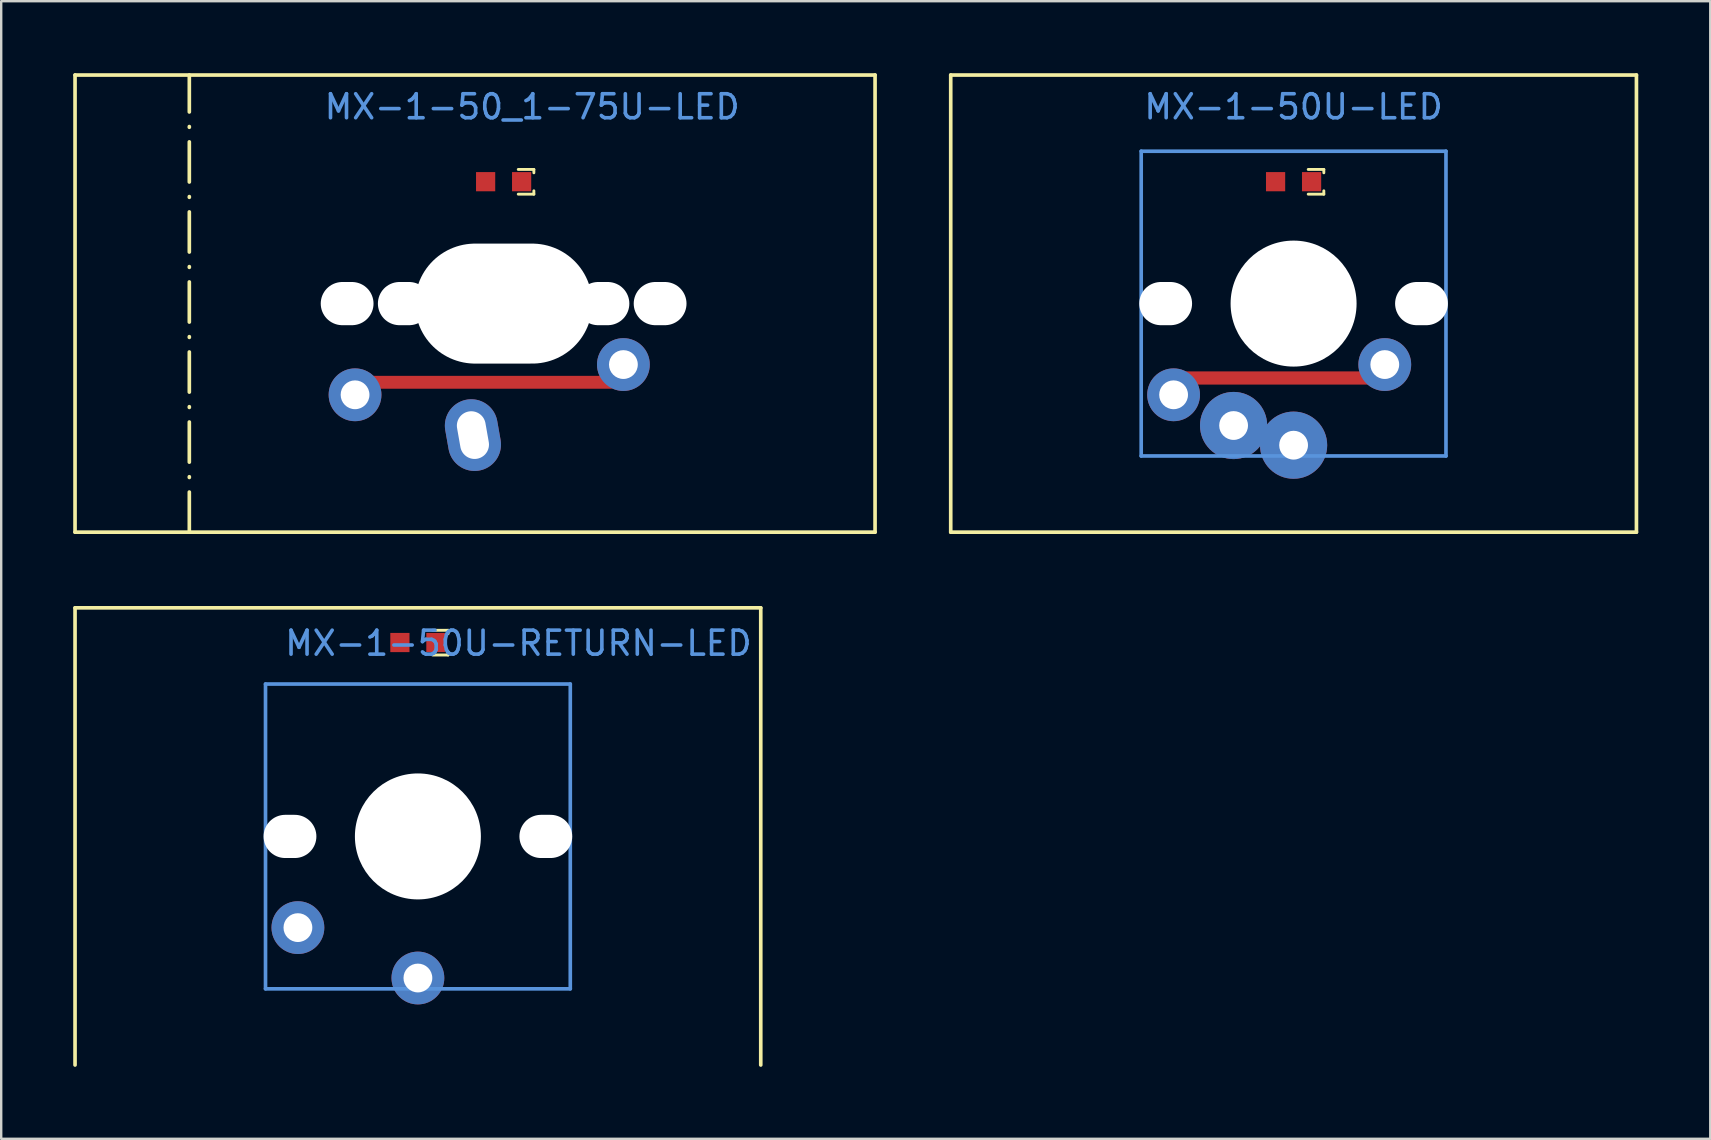
<source format=kicad_pcb>
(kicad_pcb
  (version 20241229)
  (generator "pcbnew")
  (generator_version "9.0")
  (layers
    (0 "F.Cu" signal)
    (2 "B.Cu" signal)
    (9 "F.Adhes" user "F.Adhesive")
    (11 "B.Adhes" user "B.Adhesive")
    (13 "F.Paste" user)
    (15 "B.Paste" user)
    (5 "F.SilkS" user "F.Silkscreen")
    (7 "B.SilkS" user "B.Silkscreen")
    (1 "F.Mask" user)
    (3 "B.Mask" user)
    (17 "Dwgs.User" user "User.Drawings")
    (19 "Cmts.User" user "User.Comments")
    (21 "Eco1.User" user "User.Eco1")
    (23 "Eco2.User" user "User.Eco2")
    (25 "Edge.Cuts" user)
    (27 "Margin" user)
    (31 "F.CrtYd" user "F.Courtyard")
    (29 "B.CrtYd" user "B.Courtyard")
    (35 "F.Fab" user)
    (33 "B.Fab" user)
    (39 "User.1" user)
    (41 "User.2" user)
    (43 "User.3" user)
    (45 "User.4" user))
  (footprint "MX-1-50_1-75U-LED"
    (layer "F.Cu")
    (at 17.936 4.521)
    (property "Reference" "MX-1-50_1-75U-LED" (at 1.191 -3.12 0) (layer "Cmts.User") (effects (font (size 1 1) (thickness 0.15))))
    (fp_line (start -17.859 -4.445) (end 15.478 -4.445) (stroke (width 0.152) (type solid)) (layer "F.SilkS"))
    (fp_line (start -17.859 14.605) (end -17.859 -4.445) (stroke (width 0.152) (type solid)) (layer "F.SilkS"))
    (fp_line (start -13.097 14.605) (end -13.097 -4.445) (stroke (width 0.152) (type dash_dot)) (layer "F.SilkS"))
    (fp_line (start 0.61 -0.51) (end 1.26 -0.51) (stroke (width 0.12) (type solid)) (layer "F.SilkS"))
    (fp_line (start 0.61 0.52) (end 1.26 0.52) (stroke (width 0.12) (type solid)) (layer "F.SilkS"))
    (fp_line (start 1.26 -0.51) (end 1.26 -0.37) (stroke (width 0.12) (type solid)) (layer "F.SilkS"))
    (fp_line (start 1.26 0.52) (end 1.26 0.38) (stroke (width 0.12) (type solid)) (layer "F.SilkS"))
    (fp_line (start 15.478 -4.445) (end 15.478 14.605) (stroke (width 0.152) (type solid)) (layer "F.SilkS"))
    (fp_line (start 15.478 14.605) (end -17.859 14.605) (stroke (width 0.152) (type solid)) (layer "F.SilkS"))
    (pad "" np_thru_hole oval (at -6.521 5.08 270) (size 1.8 2.2) (drill oval 1.8 2.2) (layers "*.Cu" "*.Mask"))
    (pad "" np_thru_hole oval (at -4.139 5.08 270) (size 1.8 2.2) (drill oval 1.8 2.2) (layers "*.Cu" "*.Mask"))
    (pad "" np_thru_hole oval (at 0 5.08) (size 7.381 5) (drill oval 7.381 5) (layers "*.Cu" "*.Mask"))
    (pad "" np_thru_hole oval (at 4.139 5.08 270) (size 1.8 2.2) (drill oval 1.8 2.2) (layers "*.Cu" "*.Mask"))
    (pad "" np_thru_hole oval (at 6.521 5.08 270) (size 1.8 2.2) (drill oval 1.8 2.2) (layers "*.Cu" "*.Mask"))
    (pad "1" thru_hole oval (at -1.279 10.56 280) (size 3 2.2) (drill oval 2 1.2) (layers "*.Cu" "*.Mask"))
    (pad "2" thru_hole circle (at -6.191 8.88 270) (size 2.2 2.2) (drill 1.2) (layers "*.Cu" "*.Mask"))
    (pad "2" smd rect (at -0.531 8.359) (size 10.076 0.537) (layers "F.Cu" "F.Mask" "F.Paste"))
    (pad "2" thru_hole circle (at 4.991 7.62 225) (size 2.2 2.2) (drill 1.2) (layers "*.Cu" "*.Mask"))
    (pad "3" smd rect (at 0.75 0 90) (size 0.8 0.8) (layers "F.Cu" "F.Mask" "F.Paste"))
    (pad "4" smd rect (at -0.75 0 90) (size 0.8 0.8) (layers "F.Cu" "F.Mask" "F.Paste")))
  (footprint "MX-1-50U-LED"
    (layer "F.Cu")
    (at 50.854 4.521)
    (property "Reference" "MX-1-50U-LED" (at 0 -3.12 0) (layer "Cmts.User") (effects (font (size 1 1) (thickness 0.15))))
    (fp_line (start -14.287 -4.445) (end 14.287 -4.445) (stroke (width 0.152) (type solid)) (layer "F.SilkS"))
    (fp_line (start -14.287 14.605) (end -14.287 -4.445) (stroke (width 0.152) (type solid)) (layer "F.SilkS"))
    (fp_line (start 0.61 -0.51) (end 1.26 -0.51) (stroke (width 0.12) (type solid)) (layer "F.SilkS"))
    (fp_line (start 0.61 0.52) (end 1.26 0.52) (stroke (width 0.12) (type solid)) (layer "F.SilkS"))
    (fp_line (start 1.26 -0.51) (end 1.26 -0.37) (stroke (width 0.12) (type solid)) (layer "F.SilkS"))
    (fp_line (start 1.26 0.52) (end 1.26 0.38) (stroke (width 0.12) (type solid)) (layer "F.SilkS"))
    (fp_line (start 14.287 -4.445) (end 14.287 14.605) (stroke (width 0.152) (type solid)) (layer "F.SilkS"))
    (fp_line (start 14.287 14.605) (end -14.287 14.605) (stroke (width 0.152) (type solid)) (layer "F.SilkS"))
    (fp_line (start -6.35 -1.27) (end 6.35 -1.27) (stroke (width 0.152) (type solid)) (layer "Cmts.User"))
    (fp_line (start -6.35 11.43) (end -6.35 -1.27) (stroke (width 0.152) (type solid)) (layer "Cmts.User"))
    (fp_line (start 6.35 -1.27) (end 6.35 11.43) (stroke (width 0.152) (type solid)) (layer "Cmts.User"))
    (fp_line (start 6.35 11.43) (end -6.35 11.43) (stroke (width 0.152) (type solid)) (layer "Cmts.User"))
    (fp_line (start -7.798 -0.925) (end -6.985 -0.925) (stroke (width 0.152) (type solid)) (layer "Eco2.User"))
    (fp_line (start -7.798 2.576) (end -7.798 -0.925) (stroke (width 0.152) (type solid)) (layer "Eco2.User"))
    (fp_line (start -7.798 7.584) (end -6.985 7.584) (stroke (width 0.152) (type solid)) (layer "Eco2.User"))
    (fp_line (start -7.798 11.085) (end -7.798 7.584) (stroke (width 0.152) (type solid)) (layer "Eco2.User"))
    (fp_line (start -6.985 -1.905) (end 6.985 -1.905) (stroke (width 0.152) (type solid)) (layer "Eco2.User"))
    (fp_line (start -6.985 -0.925) (end -6.985 -1.905) (stroke (width 0.152) (type solid)) (layer "Eco2.User"))
    (fp_line (start -6.985 2.576) (end -7.798 2.576) (stroke (width 0.152) (type solid)) (layer "Eco2.User"))
    (fp_line (start -6.985 7.584) (end -6.985 2.576) (stroke (width 0.152) (type solid)) (layer "Eco2.User"))
    (fp_line (start -6.985 11.085) (end -7.798 11.085) (stroke (width 0.152) (type solid)) (layer "Eco2.User"))
    (fp_line (start -6.985 12.065) (end -6.985 11.085) (stroke (width 0.152) (type solid)) (layer "Eco2.User"))
    (fp_line (start 6.985 -1.905) (end 6.985 -0.925) (stroke (width 0.152) (type solid)) (layer "Eco2.User"))
    (fp_line (start 6.985 -0.925) (end 7.798 -0.925) (stroke (width 0.152) (type solid)) (layer "Eco2.User"))
    (fp_line (start 6.985 2.576) (end 6.985 7.584) (stroke (width 0.152) (type solid)) (layer "Eco2.User"))
    (fp_line (start 6.985 7.584) (end 7.798 7.584) (stroke (width 0.152) (type solid)) (layer "Eco2.User"))
    (fp_line (start 6.985 11.085) (end 6.985 12.065) (stroke (width 0.152) (type solid)) (layer "Eco2.User"))
    (fp_line (start 6.985 12.065) (end -6.985 12.065) (stroke (width 0.152) (type solid)) (layer "Eco2.User"))
    (fp_line (start 7.798 -0.925) (end 7.798 2.576) (stroke (width 0.152) (type solid)) (layer "Eco2.User"))
    (fp_line (start 7.798 2.576) (end 6.985 2.576) (stroke (width 0.152) (type solid)) (layer "Eco2.User"))
    (fp_line (start 7.798 7.584) (end 7.798 11.085) (stroke (width 0.152) (type solid)) (layer "Eco2.User"))
    (fp_line (start 7.798 11.085) (end 6.985 11.085) (stroke (width 0.152) (type solid)) (layer "Eco2.User"))
    (pad "" np_thru_hole oval (at -5.33 5.08 270) (size 1.8 2.2) (drill oval 1.8 2.2) (layers "*.Cu" "*.Mask"))
    (pad "" np_thru_hole circle (at 0 5.08 180) (size 5.25 5.25) (drill 5.25) (layers "*.Cu" "*.Mask"))
    (pad "" np_thru_hole oval (at 5.33 5.08 270) (size 1.8 2.2) (drill oval 1.8 2.2) (layers "*.Cu" "*.Mask"))
    (pad "1" thru_hole circle (at -2.5 10.16) (size 2.8 2.8) (drill oval 1.2) (layers "*.Cu" "*.Mask"))
    (pad "1" thru_hole circle (at 0 10.98 90) (size 2.8 2.8) (drill 1.2) (layers "*.Cu" "*.Mask"))
    (pad "2" thru_hole circle (at -5 8.88 270) (size 2.2 2.2) (drill 1.2) (layers "*.Cu" "*.Mask"))
    (pad "2" smd rect (at -0.67 8.18) (size 7.64 0.55) (layers "F.Cu" "F.Mask" "F.Paste"))
    (pad "2" thru_hole circle (at 3.8 7.62 225) (size 2.2 2.2) (drill 1.2) (layers "*.Cu" "*.Mask"))
    (pad "3" smd rect (at 0.75 0 90) (size 0.8 0.8) (layers "F.Cu" "F.Mask" "F.Paste"))
    (pad "4" smd rect (at -0.75 0 90) (size 0.8 0.8) (layers "F.Cu" "F.Mask" "F.Paste")))
  (footprint "MX-1-50U-RETURN-LED"
    (layer "F.Cu")
    (at 14.364 23.724)
    (property "Reference" "MX-1-50U-RETURN-LED" (at 4.19 0.03 0) (layer "Cmts.User") (effects (font (size 1 1) (thickness 0.15))))
    (fp_line (start -14.287 -1.445) (end 14.287 -1.445) (stroke (width 0.152) (type solid)) (layer "F.SilkS"))
    (fp_line (start -14.287 17.605) (end -14.287 -1.445) (stroke (width 0.152) (type solid)) (layer "F.SilkS"))
    (fp_line (start 0.61 -0.51) (end 1.26 -0.51) (stroke (width 0.12) (type solid)) (layer "F.SilkS"))
    (fp_line (start 0.61 0.52) (end 1.26 0.52) (stroke (width 0.12) (type solid)) (layer "F.SilkS"))
    (fp_line (start 1.26 -0.51) (end 1.26 -0.37) (stroke (width 0.12) (type solid)) (layer "F.SilkS"))
    (fp_line (start 1.26 0.52) (end 1.26 0.38) (stroke (width 0.12) (type solid)) (layer "F.SilkS"))
    (fp_line (start 14.287 -1.445) (end 14.287 17.605) (stroke (width 0.152) (type solid)) (layer "F.SilkS"))
    (fp_line (start -6.35 1.73) (end 6.35 1.73) (stroke (width 0.152) (type solid)) (layer "Cmts.User"))
    (fp_line (start -6.35 14.43) (end -6.35 1.73) (stroke (width 0.152) (type solid)) (layer "Cmts.User"))
    (fp_line (start 6.35 1.73) (end 6.35 14.43) (stroke (width 0.152) (type solid)) (layer "Cmts.User"))
    (fp_line (start 6.35 14.43) (end -6.35 14.43) (stroke (width 0.152) (type solid)) (layer "Cmts.User"))
    (fp_line (start -7.798 2.075) (end -6.985 2.075) (stroke (width 0.152) (type solid)) (layer "Eco2.User"))
    (fp_line (start -7.798 5.576) (end -7.798 2.075) (stroke (width 0.152) (type solid)) (layer "Eco2.User"))
    (fp_line (start -7.798 10.584) (end -6.985 10.584) (stroke (width 0.152) (type solid)) (layer "Eco2.User"))
    (fp_line (start -7.798 14.085) (end -7.798 10.584) (stroke (width 0.152) (type solid)) (layer "Eco2.User"))
    (fp_line (start -6.985 1.095) (end 6.985 1.095) (stroke (width 0.152) (type solid)) (layer "Eco2.User"))
    (fp_line (start -6.985 2.075) (end -6.985 1.095) (stroke (width 0.152) (type solid)) (layer "Eco2.User"))
    (fp_line (start -6.985 5.576) (end -7.798 5.576) (stroke (width 0.152) (type solid)) (layer "Eco2.User"))
    (fp_line (start -6.985 10.584) (end -6.985 5.576) (stroke (width 0.152) (type solid)) (layer "Eco2.User"))
    (fp_line (start -6.985 14.085) (end -7.798 14.085) (stroke (width 0.152) (type solid)) (layer "Eco2.User"))
    (fp_line (start -6.985 15.065) (end -6.985 14.085) (stroke (width 0.152) (type solid)) (layer "Eco2.User"))
    (fp_line (start 6.985 1.095) (end 6.985 2.075) (stroke (width 0.152) (type solid)) (layer "Eco2.User"))
    (fp_line (start 6.985 2.075) (end 7.798 2.075) (stroke (width 0.152) (type solid)) (layer "Eco2.User"))
    (fp_line (start 6.985 5.576) (end 6.985 10.584) (stroke (width 0.152) (type solid)) (layer "Eco2.User"))
    (fp_line (start 6.985 10.584) (end 7.798 10.584) (stroke (width 0.152) (type solid)) (layer "Eco2.User"))
    (fp_line (start 6.985 14.085) (end 6.985 15.065) (stroke (width 0.152) (type solid)) (layer "Eco2.User"))
    (fp_line (start 6.985 15.065) (end -6.985 15.065) (stroke (width 0.152) (type solid)) (layer "Eco2.User"))
    (fp_line (start 7.798 2.075) (end 7.798 5.576) (stroke (width 0.152) (type solid)) (layer "Eco2.User"))
    (fp_line (start 7.798 5.576) (end 6.985 5.576) (stroke (width 0.152) (type solid)) (layer "Eco2.User"))
    (fp_line (start 7.798 10.584) (end 7.798 14.085) (stroke (width 0.152) (type solid)) (layer "Eco2.User"))
    (fp_line (start 7.798 14.085) (end 6.985 14.085) (stroke (width 0.152) (type solid)) (layer "Eco2.User"))
    (pad "" np_thru_hole oval (at -5.33 8.08 270) (size 1.8 2.2) (drill oval 1.8 2.2) (layers "*.Cu" "*.Mask"))
    (pad "" np_thru_hole circle (at 0 8.08 180) (size 5.25 5.25) (drill 5.25) (layers "*.Cu" "*.Mask"))
    (pad "" np_thru_hole oval (at 5.33 8.08 270) (size 1.8 2.2) (drill oval 1.8 2.2) (layers "*.Cu" "*.Mask"))
    (pad "1" thru_hole circle (at 0 13.98 90) (size 2.2 2.2) (drill 1.2) (layers "*.Cu" "*.Mask"))
    (pad "2" thru_hole circle (at -5 11.88 270) (size 2.2 2.2) (drill 1.2) (layers "*.Cu" "*.Mask"))
    (pad "3" smd rect (at 0.75 0 90) (size 0.8 0.8) (layers "F.Cu" "F.Mask" "F.Paste"))
    (pad "4" smd rect (at -0.75 0 90) (size 0.8 0.8) (layers "F.Cu" "F.Mask" "F.Paste")))
  (gr_rect
    (start -3 -3)
    (end 68.217 44.405)
    (stroke (width 0.1) (type default))
    (fill no)
    (layer "Edge.Cuts")))
</source>
